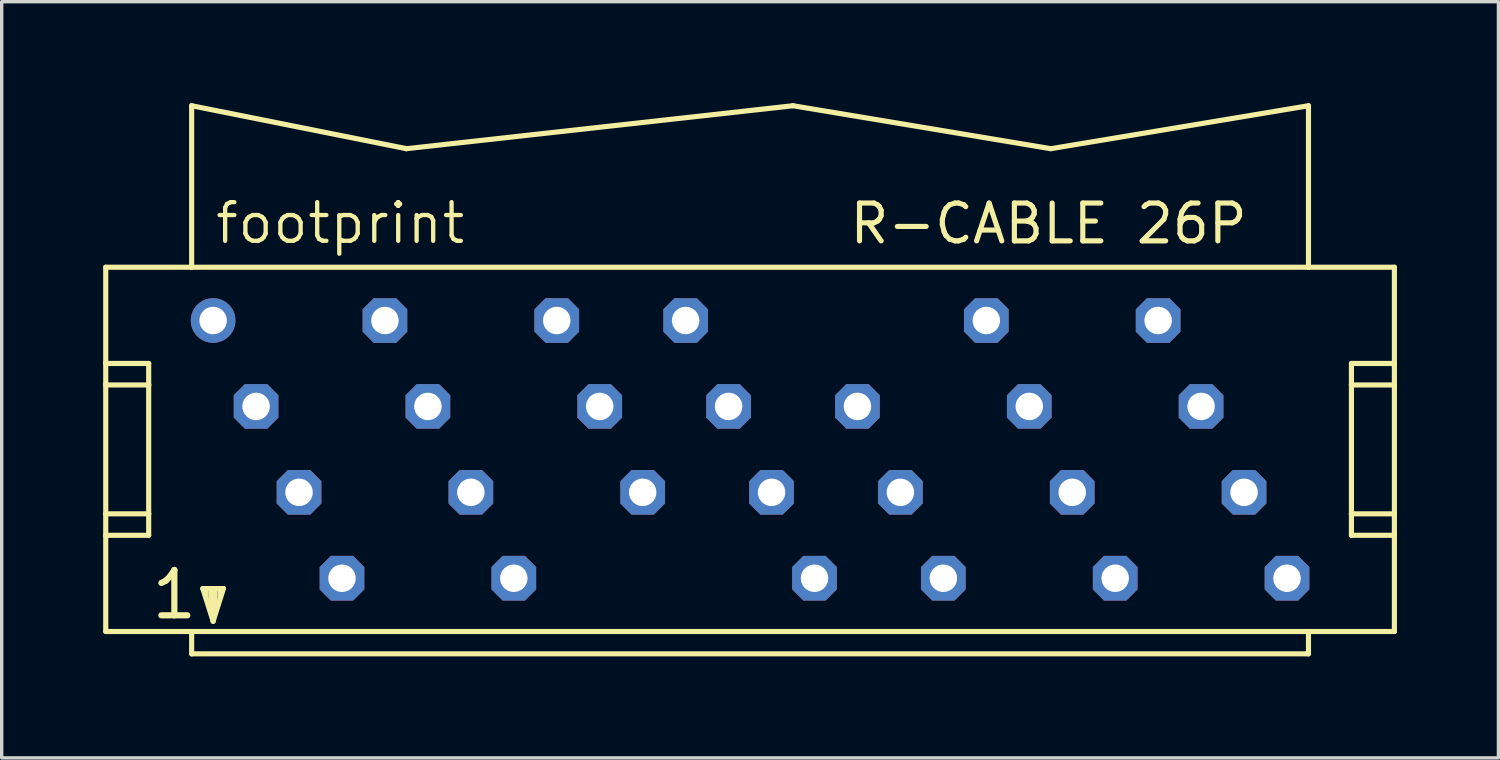
<source format=kicad_pcb>
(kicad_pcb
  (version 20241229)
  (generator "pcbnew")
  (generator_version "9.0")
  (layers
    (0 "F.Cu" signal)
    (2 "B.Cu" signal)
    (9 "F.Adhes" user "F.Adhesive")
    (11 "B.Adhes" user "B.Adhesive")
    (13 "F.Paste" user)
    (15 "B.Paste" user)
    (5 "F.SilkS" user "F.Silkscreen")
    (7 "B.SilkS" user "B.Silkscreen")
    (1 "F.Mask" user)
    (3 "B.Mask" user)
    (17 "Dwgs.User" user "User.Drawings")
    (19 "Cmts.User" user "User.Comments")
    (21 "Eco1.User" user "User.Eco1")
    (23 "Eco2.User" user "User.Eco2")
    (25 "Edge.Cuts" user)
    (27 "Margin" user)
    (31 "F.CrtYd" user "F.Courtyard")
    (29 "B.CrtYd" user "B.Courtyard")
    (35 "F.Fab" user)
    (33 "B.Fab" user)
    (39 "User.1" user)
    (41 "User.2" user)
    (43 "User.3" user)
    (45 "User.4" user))
  (footprint "footprint"
    (layer "F.Cu")
    (at 19.126 10.236)
    (property "Reference" "footprint" (at -15.875 -6.02 0) (layer "F.SilkS") (effects (font (size 1.143 1.143) (thickness 0.127)) (justify left bottom)))
    (fp_line (start -19.05 -5.385) (end -19.05 -2.54) (stroke (width 0.152) (type solid)) (layer "F.SilkS"))
    (fp_line (start -19.05 -2.54) (end -19.05 -1.905) (stroke (width 0.152) (type solid)) (layer "F.SilkS"))
    (fp_line (start -19.05 -2.54) (end -17.78 -2.54) (stroke (width 0.152) (type solid)) (layer "F.SilkS"))
    (fp_line (start -19.05 -1.905) (end -19.05 1.905) (stroke (width 0.152) (type solid)) (layer "F.SilkS"))
    (fp_line (start -19.05 -1.905) (end -17.78 -1.905) (stroke (width 0.152) (type solid)) (layer "F.SilkS"))
    (fp_line (start -19.05 1.905) (end -19.05 2.54) (stroke (width 0.152) (type solid)) (layer "F.SilkS"))
    (fp_line (start -19.05 1.905) (end -17.78 1.905) (stroke (width 0.152) (type solid)) (layer "F.SilkS"))
    (fp_line (start -19.05 2.54) (end -19.05 5.385) (stroke (width 0.152) (type solid)) (layer "F.SilkS"))
    (fp_line (start -19.05 5.385) (end -16.51 5.385) (stroke (width 0.152) (type solid)) (layer "F.SilkS"))
    (fp_line (start -17.78 -2.54) (end -17.78 -1.905) (stroke (width 0.152) (type solid)) (layer "F.SilkS"))
    (fp_line (start -17.78 -1.905) (end -17.78 1.905) (stroke (width 0.152) (type solid)) (layer "F.SilkS"))
    (fp_line (start -17.78 1.905) (end -17.78 2.54) (stroke (width 0.152) (type solid)) (layer "F.SilkS"))
    (fp_line (start -17.78 2.54) (end -19.05 2.54) (stroke (width 0.152) (type solid)) (layer "F.SilkS"))
    (fp_line (start -16.51 -5.385) (end -19.05 -5.385) (stroke (width 0.152) (type solid)) (layer "F.SilkS"))
    (fp_line (start -16.51 -5.385) (end -16.51 -10.16) (stroke (width 0.152) (type solid)) (layer "F.SilkS"))
    (fp_line (start -16.51 5.385) (end 16.51 5.385) (stroke (width 0.152) (type solid)) (layer "F.SilkS"))
    (fp_line (start -16.51 6.045) (end -16.51 5.385) (stroke (width 0.152) (type solid)) (layer "F.SilkS"))
    (fp_line (start -16.18 4.115) (end -15.57 4.115) (stroke (width 0.152) (type solid)) (layer "F.SilkS"))
    (fp_line (start -15.875 5.08) (end -16.18 4.115) (stroke (width 0.152) (type solid)) (layer "F.SilkS"))
    (fp_line (start -15.875 5.08) (end -15.875 4.826) (stroke (width 0.152) (type solid)) (layer "F.SilkS"))
    (fp_line (start -15.57 4.115) (end -15.875 5.08) (stroke (width 0.152) (type solid)) (layer "F.SilkS"))
    (fp_line (start -10.16 -8.89) (end -16.51 -10.16) (stroke (width 0.152) (type solid)) (layer "F.SilkS"))
    (fp_line (start -10.16 -8.89) (end 1.27 -10.16) (stroke (width 0.152) (type solid)) (layer "F.SilkS"))
    (fp_line (start 8.89 -8.89) (end 1.27 -10.16) (stroke (width 0.152) (type solid)) (layer "F.SilkS"))
    (fp_line (start 8.89 -8.89) (end 16.51 -10.16) (stroke (width 0.152) (type solid)) (layer "F.SilkS"))
    (fp_line (start 16.51 -10.16) (end 16.51 -5.385) (stroke (width 0.152) (type solid)) (layer "F.SilkS"))
    (fp_line (start 16.51 -5.385) (end -16.51 -5.385) (stroke (width 0.152) (type solid)) (layer "F.SilkS"))
    (fp_line (start 16.51 5.385) (end 16.51 6.045) (stroke (width 0.152) (type solid)) (layer "F.SilkS"))
    (fp_line (start 16.51 5.385) (end 19.05 5.385) (stroke (width 0.152) (type solid)) (layer "F.SilkS"))
    (fp_line (start 16.51 6.045) (end -16.51 6.045) (stroke (width 0.152) (type solid)) (layer "F.SilkS"))
    (fp_line (start 17.78 -2.54) (end 17.78 -1.905) (stroke (width 0.152) (type solid)) (layer "F.SilkS"))
    (fp_line (start 17.78 -2.54) (end 19.05 -2.54) (stroke (width 0.152) (type solid)) (layer "F.SilkS"))
    (fp_line (start 17.78 -1.905) (end 17.78 1.905) (stroke (width 0.152) (type solid)) (layer "F.SilkS"))
    (fp_line (start 17.78 -1.905) (end 19.05 -1.905) (stroke (width 0.152) (type solid)) (layer "F.SilkS"))
    (fp_line (start 17.78 1.905) (end 17.78 2.54) (stroke (width 0.152) (type solid)) (layer "F.SilkS"))
    (fp_line (start 17.78 1.905) (end 19.05 1.905) (stroke (width 0.152) (type solid)) (layer "F.SilkS"))
    (fp_line (start 19.05 -5.385) (end 16.51 -5.385) (stroke (width 0.152) (type solid)) (layer "F.SilkS"))
    (fp_line (start 19.05 -2.54) (end 19.05 -5.385) (stroke (width 0.152) (type solid)) (layer "F.SilkS"))
    (fp_line (start 19.05 -1.905) (end 19.05 -2.54) (stroke (width 0.152) (type solid)) (layer "F.SilkS"))
    (fp_line (start 19.05 1.905) (end 19.05 -1.905) (stroke (width 0.152) (type solid)) (layer "F.SilkS"))
    (fp_line (start 19.05 2.54) (end 17.78 2.54) (stroke (width 0.152) (type solid)) (layer "F.SilkS"))
    (fp_line (start 19.05 2.54) (end 19.05 1.905) (stroke (width 0.152) (type solid)) (layer "F.SilkS"))
    (fp_line (start 19.05 5.385) (end 19.05 2.54) (stroke (width 0.152) (type solid)) (layer "F.SilkS"))
    (fp_poly (pts (xy -16.129 4.445) (xy -16.002 4.445) (xy -16.002 4.064) (xy -16.129 4.064)) (stroke (width 0) (type solid)) (fill yes) (layer "F.SilkS"))
    (fp_poly (pts (xy -16.002 4.572) (xy -15.748 4.572) (xy -15.748 4.064) (xy -16.002 4.064)) (stroke (width 0) (type solid)) (fill yes) (layer "F.SilkS"))
    (fp_poly (pts (xy -16.002 4.826) (xy -15.748 4.826) (xy -15.748 4.572) (xy -16.002 4.572)) (stroke (width 0) (type solid)) (fill yes) (layer "F.SilkS"))
    (fp_poly (pts (xy -15.748 4.445) (xy -15.621 4.445) (xy -15.621 4.064) (xy -15.748 4.064)) (stroke (width 0) (type solid)) (fill yes) (layer "F.SilkS"))
    (fp_text user "1" (at -17.78 5.08 0) (layer "F.SilkS") (effects (font (size 1.341 1.341) (thickness 0.183)) (justify left bottom)))
    (fp_text user "R-CABLE 26P" (at 2.87 -6.02 0) (layer "F.SilkS") (effects (font (size 1.118 1.118) (thickness 0.152)) (justify left bottom)))
    (pad "1" thru_hole circle (at -15.875 -3.81) (size 1.321 1.321) (drill 0.813) (layers "*.Cu" "*.Mask"))
    (pad "2" thru_hole roundrect (at -14.605 -1.27) (size 1.321 1.321) (drill 0.813) (layers "*.Cu" "*.Mask") (roundrect_rratio 0.25) (chamfer_ratio 0.25) (chamfer top_left top_right bottom_left bottom_right))
    (pad "3" thru_hole roundrect (at -13.335 1.27) (size 1.321 1.321) (drill 0.813) (layers "*.Cu" "*.Mask") (roundrect_rratio 0.25) (chamfer_ratio 0.25) (chamfer top_left top_right bottom_left bottom_right))
    (pad "4" thru_hole roundrect (at -12.065 3.81) (size 1.321 1.321) (drill 0.813) (layers "*.Cu" "*.Mask") (roundrect_rratio 0.25) (chamfer_ratio 0.25) (chamfer top_left top_right bottom_left bottom_right))
    (pad "5" thru_hole roundrect (at -10.795 -3.81) (size 1.321 1.321) (drill 0.813) (layers "*.Cu" "*.Mask") (roundrect_rratio 0.25) (chamfer_ratio 0.25) (chamfer top_left top_right bottom_left bottom_right))
    (pad "6" thru_hole roundrect (at -9.525 -1.27) (size 1.321 1.321) (drill 0.813) (layers "*.Cu" "*.Mask") (roundrect_rratio 0.25) (chamfer_ratio 0.25) (chamfer top_left top_right bottom_left bottom_right))
    (pad "7" thru_hole roundrect (at -8.255 1.27) (size 1.321 1.321) (drill 0.813) (layers "*.Cu" "*.Mask") (roundrect_rratio 0.25) (chamfer_ratio 0.25) (chamfer top_left top_right bottom_left bottom_right))
    (pad "8" thru_hole roundrect (at -6.985 3.81) (size 1.321 1.321) (drill 0.813) (layers "*.Cu" "*.Mask") (roundrect_rratio 0.25) (chamfer_ratio 0.25) (chamfer top_left top_right bottom_left bottom_right))
    (pad "9" thru_hole roundrect (at -5.715 -3.81) (size 1.321 1.321) (drill 0.813) (layers "*.Cu" "*.Mask") (roundrect_rratio 0.25) (chamfer_ratio 0.25) (chamfer top_left top_right bottom_left bottom_right))
    (pad "10" thru_hole roundrect (at -4.445 -1.27) (size 1.321 1.321) (drill 0.813) (layers "*.Cu" "*.Mask") (roundrect_rratio 0.25) (chamfer_ratio 0.25) (chamfer top_left top_right bottom_left bottom_right))
    (pad "11" thru_hole roundrect (at -3.175 1.27) (size 1.321 1.321) (drill 0.813) (layers "*.Cu" "*.Mask") (roundrect_rratio 0.25) (chamfer_ratio 0.25) (chamfer top_left top_right bottom_left bottom_right))
    (pad "12" thru_hole roundrect (at -1.905 -3.81) (size 1.321 1.321) (drill 0.813) (layers "*.Cu" "*.Mask") (roundrect_rratio 0.25) (chamfer_ratio 0.25) (chamfer top_left top_right bottom_left bottom_right))
    (pad "13" thru_hole roundrect (at -0.635 -1.27) (size 1.321 1.321) (drill 0.813) (layers "*.Cu" "*.Mask") (roundrect_rratio 0.25) (chamfer_ratio 0.25) (chamfer top_left top_right bottom_left bottom_right))
    (pad "14" thru_hole roundrect (at 0.635 1.27) (size 1.321 1.321) (drill 0.813) (layers "*.Cu" "*.Mask") (roundrect_rratio 0.25) (chamfer_ratio 0.25) (chamfer top_left top_right bottom_left bottom_right))
    (pad "15" thru_hole roundrect (at 1.905 3.81) (size 1.321 1.321) (drill 0.813) (layers "*.Cu" "*.Mask") (roundrect_rratio 0.25) (chamfer_ratio 0.25) (chamfer top_left top_right bottom_left bottom_right))
    (pad "16" thru_hole roundrect (at 3.175 -1.27) (size 1.321 1.321) (drill 0.813) (layers "*.Cu" "*.Mask") (roundrect_rratio 0.25) (chamfer_ratio 0.25) (chamfer top_left top_right bottom_left bottom_right))
    (pad "17" thru_hole roundrect (at 4.445 1.27) (size 1.321 1.321) (drill 0.813) (layers "*.Cu" "*.Mask") (roundrect_rratio 0.25) (chamfer_ratio 0.25) (chamfer top_left top_right bottom_left bottom_right))
    (pad "18" thru_hole roundrect (at 5.715 3.81) (size 1.321 1.321) (drill 0.813) (layers "*.Cu" "*.Mask") (roundrect_rratio 0.25) (chamfer_ratio 0.25) (chamfer top_left top_right bottom_left bottom_right))
    (pad "19" thru_hole roundrect (at 6.985 -3.81) (size 1.321 1.321) (drill 0.813) (layers "*.Cu" "*.Mask") (roundrect_rratio 0.25) (chamfer_ratio 0.25) (chamfer top_left top_right bottom_left bottom_right))
    (pad "20" thru_hole roundrect (at 8.255 -1.27) (size 1.321 1.321) (drill 0.813) (layers "*.Cu" "*.Mask") (roundrect_rratio 0.25) (chamfer_ratio 0.25) (chamfer top_left top_right bottom_left bottom_right))
    (pad "21" thru_hole roundrect (at 9.525 1.27) (size 1.321 1.321) (drill 0.813) (layers "*.Cu" "*.Mask") (roundrect_rratio 0.25) (chamfer_ratio 0.25) (chamfer top_left top_right bottom_left bottom_right))
    (pad "22" thru_hole roundrect (at 10.795 3.81) (size 1.321 1.321) (drill 0.813) (layers "*.Cu" "*.Mask") (roundrect_rratio 0.25) (chamfer_ratio 0.25) (chamfer top_left top_right bottom_left bottom_right))
    (pad "23" thru_hole roundrect (at 12.065 -3.81) (size 1.321 1.321) (drill 0.813) (layers "*.Cu" "*.Mask") (roundrect_rratio 0.25) (chamfer_ratio 0.25) (chamfer top_left top_right bottom_left bottom_right))
    (pad "24" thru_hole roundrect (at 13.335 -1.27) (size 1.321 1.321) (drill 0.813) (layers "*.Cu" "*.Mask") (roundrect_rratio 0.25) (chamfer_ratio 0.25) (chamfer top_left top_right bottom_left bottom_right))
    (pad "25" thru_hole roundrect (at 14.605 1.27) (size 1.321 1.321) (drill 0.813) (layers "*.Cu" "*.Mask") (roundrect_rratio 0.25) (chamfer_ratio 0.25) (chamfer top_left top_right bottom_left bottom_right))
    (pad "26" thru_hole roundrect (at 15.875 3.81) (size 1.321 1.321) (drill 0.813) (layers "*.Cu" "*.Mask") (roundrect_rratio 0.25) (chamfer_ratio 0.25) (chamfer top_left top_right bottom_left bottom_right)))
  (gr_rect
    (start -3 -3)
    (end 41.252 19.358)
    (stroke (width 0.1) (type default))
    (fill no)
    (layer "Edge.Cuts")))
</source>
